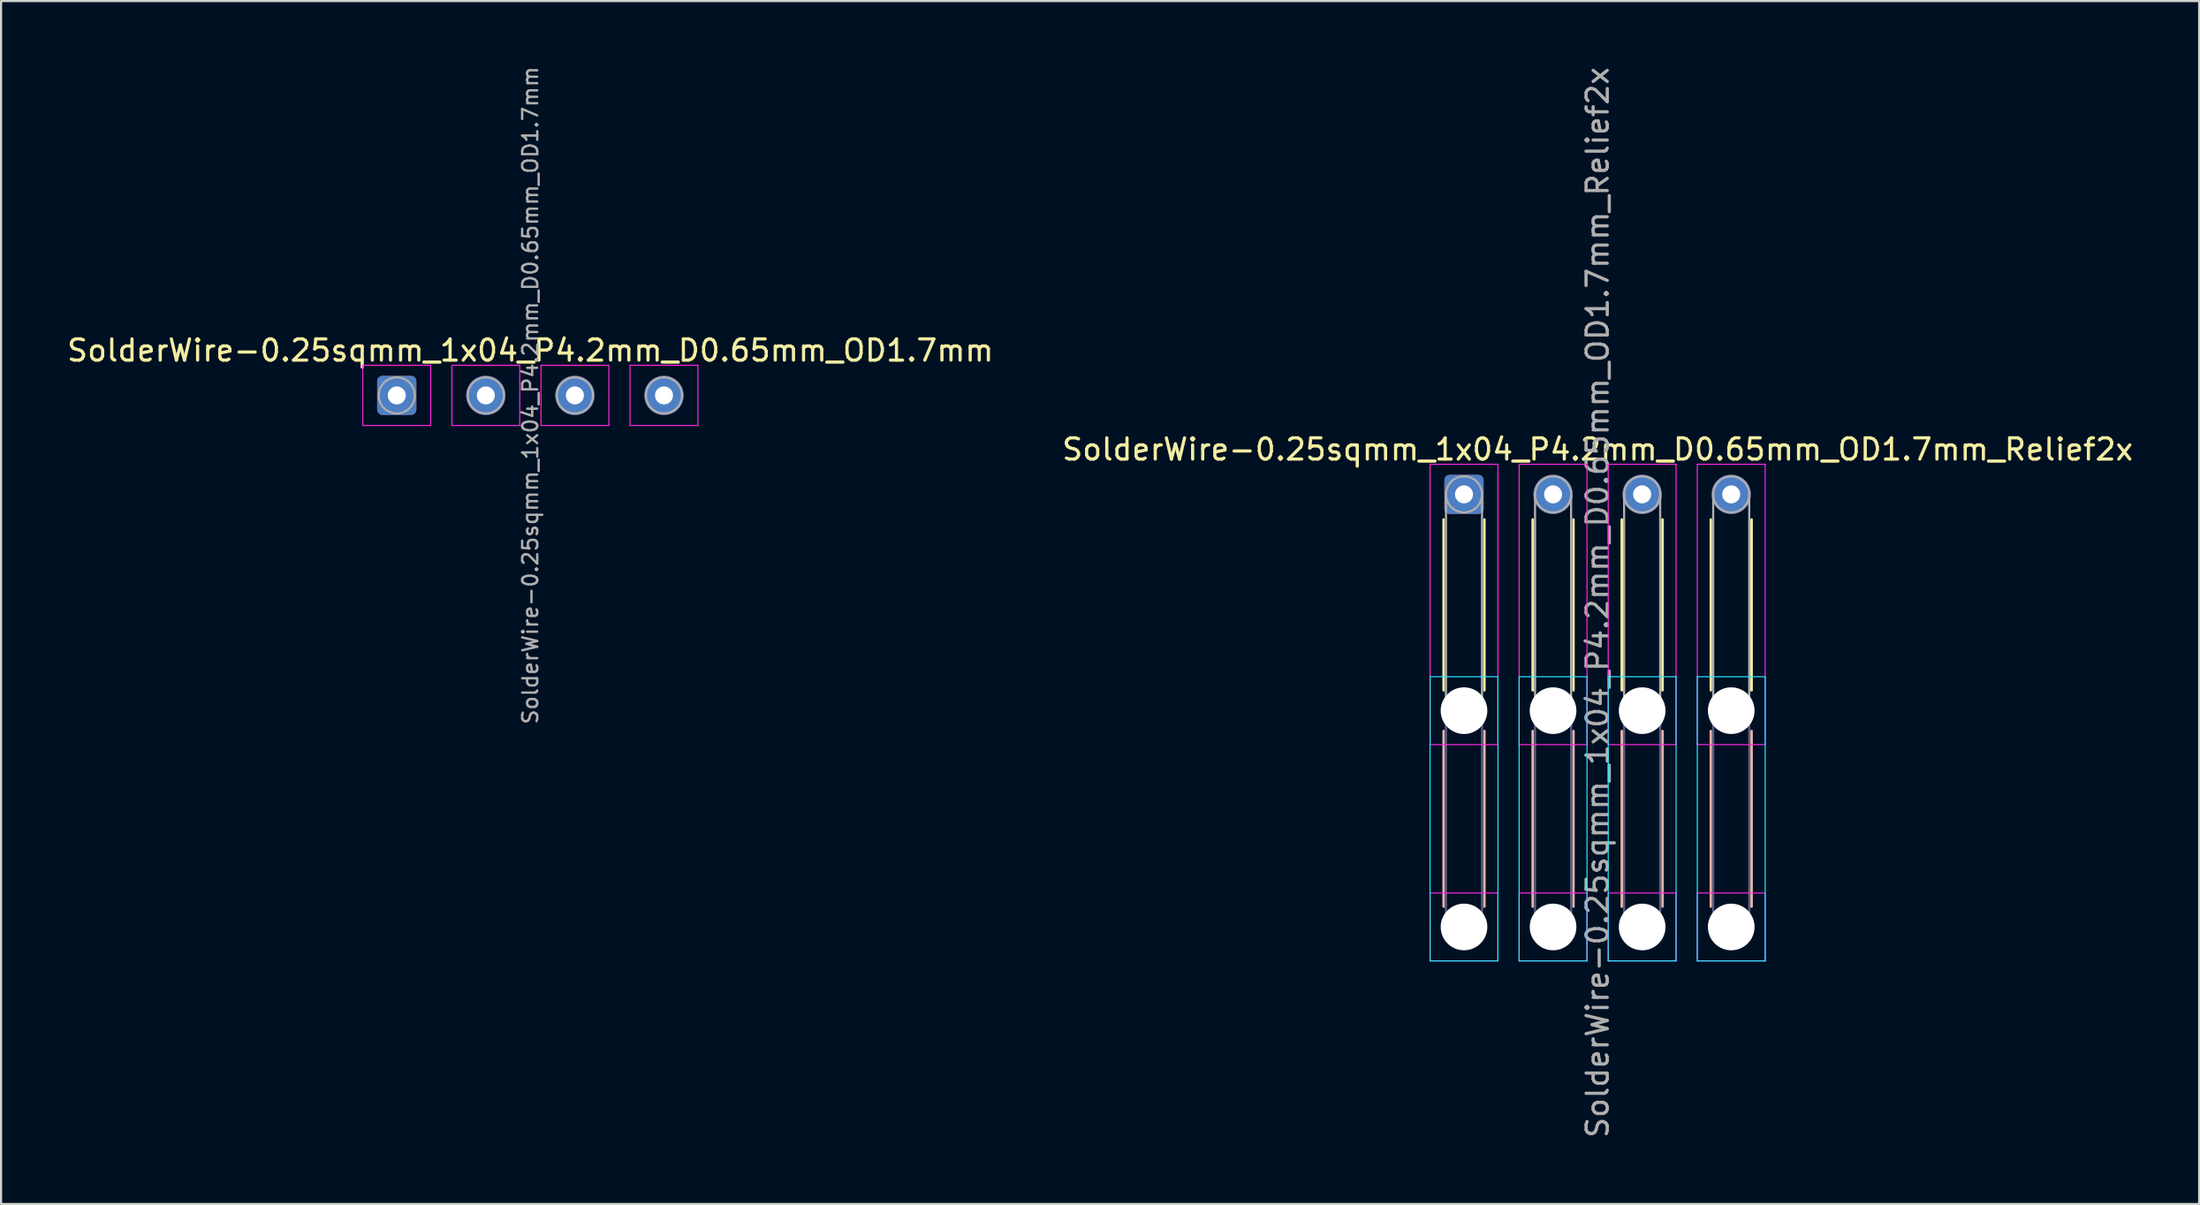
<source format=kicad_pcb>
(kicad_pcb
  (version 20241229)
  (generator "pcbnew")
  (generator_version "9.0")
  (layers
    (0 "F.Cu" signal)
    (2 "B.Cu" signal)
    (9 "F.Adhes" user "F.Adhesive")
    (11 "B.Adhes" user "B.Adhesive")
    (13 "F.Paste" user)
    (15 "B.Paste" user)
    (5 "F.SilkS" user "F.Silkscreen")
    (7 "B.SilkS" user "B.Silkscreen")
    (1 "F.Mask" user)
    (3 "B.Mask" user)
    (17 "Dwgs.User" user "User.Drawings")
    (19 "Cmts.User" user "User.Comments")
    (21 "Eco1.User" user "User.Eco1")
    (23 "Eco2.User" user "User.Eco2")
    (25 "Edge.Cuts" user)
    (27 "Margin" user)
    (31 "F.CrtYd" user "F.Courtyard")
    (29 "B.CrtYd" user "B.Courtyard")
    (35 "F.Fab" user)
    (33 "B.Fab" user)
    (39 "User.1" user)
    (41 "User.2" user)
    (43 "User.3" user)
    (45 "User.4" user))
  (footprint "SolderWire-0.25sqmm_1x04_P4.2mm_D0.65mm_OD1.7mm_Relief2x"
    (layer "F.Cu")
    (at 65.98 20.263)
    (property "Reference" "SolderWire-0.25sqmm_1x04_P4.2mm_D0.65mm_OD1.7mm_Relief2x" (at 6.3 -2.12 0) (layer "F.SilkS") (effects (font (size 1 1) (thickness 0.15))))
    (attr exclude_from_pos_files exclude_from_bom)
    (fp_line (start -0.96 1.185) (end -0.96 9.24) (stroke (width 0.12) (type solid)) (layer "F.SilkS"))
    (fp_line (start 0.96 1.185) (end 0.96 9.24) (stroke (width 0.12) (type solid)) (layer "F.SilkS"))
    (fp_line (start 3.24 1.185) (end 3.24 9.24) (stroke (width 0.12) (type solid)) (layer "F.SilkS"))
    (fp_line (start 5.16 1.185) (end 5.16 9.24) (stroke (width 0.12) (type solid)) (layer "F.SilkS"))
    (fp_line (start 7.44 1.185) (end 7.44 9.24) (stroke (width 0.12) (type solid)) (layer "F.SilkS"))
    (fp_line (start 9.36 1.185) (end 9.36 9.24) (stroke (width 0.12) (type solid)) (layer "F.SilkS"))
    (fp_line (start 11.64 1.185) (end 11.64 9.24) (stroke (width 0.12) (type solid)) (layer "F.SilkS"))
    (fp_line (start 13.56 1.185) (end 13.56 9.24) (stroke (width 0.12) (type solid)) (layer "F.SilkS"))
    (fp_line (start -0.96 11.16) (end -0.96 19.44) (stroke (width 0.12) (type solid)) (layer "B.SilkS"))
    (fp_line (start 0.96 11.16) (end 0.96 19.44) (stroke (width 0.12) (type solid)) (layer "B.SilkS"))
    (fp_line (start 3.24 11.16) (end 3.24 19.44) (stroke (width 0.12) (type solid)) (layer "B.SilkS"))
    (fp_line (start 5.16 11.16) (end 5.16 19.44) (stroke (width 0.12) (type solid)) (layer "B.SilkS"))
    (fp_line (start 7.44 11.16) (end 7.44 19.44) (stroke (width 0.12) (type solid)) (layer "B.SilkS"))
    (fp_line (start 9.36 11.16) (end 9.36 19.44) (stroke (width 0.12) (type solid)) (layer "B.SilkS"))
    (fp_line (start 11.64 11.16) (end 11.64 19.44) (stroke (width 0.12) (type solid)) (layer "B.SilkS"))
    (fp_line (start 13.56 11.16) (end 13.56 19.44) (stroke (width 0.12) (type solid)) (layer "B.SilkS"))
    (fp_line (start -1.6 8.6) (end -1.6 22) (stroke (width 0.05) (type solid)) (layer "B.CrtYd"))
    (fp_line (start -1.6 22) (end 1.6 22) (stroke (width 0.05) (type solid)) (layer "B.CrtYd"))
    (fp_line (start 1.6 8.6) (end -1.6 8.6) (stroke (width 0.05) (type solid)) (layer "B.CrtYd"))
    (fp_line (start 1.6 22) (end 1.6 8.6) (stroke (width 0.05) (type solid)) (layer "B.CrtYd"))
    (fp_line (start 2.6 8.6) (end 2.6 22) (stroke (width 0.05) (type solid)) (layer "B.CrtYd"))
    (fp_line (start 2.6 22) (end 5.8 22) (stroke (width 0.05) (type solid)) (layer "B.CrtYd"))
    (fp_line (start 5.8 8.6) (end 2.6 8.6) (stroke (width 0.05) (type solid)) (layer "B.CrtYd"))
    (fp_line (start 5.8 22) (end 5.8 8.6) (stroke (width 0.05) (type solid)) (layer "B.CrtYd"))
    (fp_line (start 6.8 8.6) (end 6.8 22) (stroke (width 0.05) (type solid)) (layer "B.CrtYd"))
    (fp_line (start 6.8 22) (end 10 22) (stroke (width 0.05) (type solid)) (layer "B.CrtYd"))
    (fp_line (start 10 8.6) (end 6.8 8.6) (stroke (width 0.05) (type solid)) (layer "B.CrtYd"))
    (fp_line (start 10 22) (end 10 8.6) (stroke (width 0.05) (type solid)) (layer "B.CrtYd"))
    (fp_line (start 11 8.6) (end 11 22) (stroke (width 0.05) (type solid)) (layer "B.CrtYd"))
    (fp_line (start 11 22) (end 14.2 22) (stroke (width 0.05) (type solid)) (layer "B.CrtYd"))
    (fp_line (start 14.2 8.6) (end 11 8.6) (stroke (width 0.05) (type solid)) (layer "B.CrtYd"))
    (fp_line (start 14.2 22) (end 14.2 8.6) (stroke (width 0.05) (type solid)) (layer "B.CrtYd"))
    (fp_line (start -1.6 -1.42) (end -1.6 11.8) (stroke (width 0.05) (type solid)) (layer "F.CrtYd"))
    (fp_line (start -1.6 11.8) (end 1.6 11.8) (stroke (width 0.05) (type solid)) (layer "F.CrtYd"))
    (fp_line (start -1.6 18.8) (end -1.6 22) (stroke (width 0.05) (type solid)) (layer "F.CrtYd"))
    (fp_line (start -1.6 22) (end 1.6 22) (stroke (width 0.05) (type solid)) (layer "F.CrtYd"))
    (fp_line (start 1.6 -1.42) (end -1.6 -1.42) (stroke (width 0.05) (type solid)) (layer "F.CrtYd"))
    (fp_line (start 1.6 11.8) (end 1.6 -1.42) (stroke (width 0.05) (type solid)) (layer "F.CrtYd"))
    (fp_line (start 1.6 18.8) (end -1.6 18.8) (stroke (width 0.05) (type solid)) (layer "F.CrtYd"))
    (fp_line (start 1.6 22) (end 1.6 18.8) (stroke (width 0.05) (type solid)) (layer "F.CrtYd"))
    (fp_line (start 2.6 -1.42) (end 2.6 11.8) (stroke (width 0.05) (type solid)) (layer "F.CrtYd"))
    (fp_line (start 2.6 11.8) (end 5.8 11.8) (stroke (width 0.05) (type solid)) (layer "F.CrtYd"))
    (fp_line (start 2.6 18.8) (end 2.6 22) (stroke (width 0.05) (type solid)) (layer "F.CrtYd"))
    (fp_line (start 2.6 22) (end 5.8 22) (stroke (width 0.05) (type solid)) (layer "F.CrtYd"))
    (fp_line (start 5.8 -1.42) (end 2.6 -1.42) (stroke (width 0.05) (type solid)) (layer "F.CrtYd"))
    (fp_line (start 5.8 11.8) (end 5.8 -1.42) (stroke (width 0.05) (type solid)) (layer "F.CrtYd"))
    (fp_line (start 5.8 18.8) (end 2.6 18.8) (stroke (width 0.05) (type solid)) (layer "F.CrtYd"))
    (fp_line (start 5.8 22) (end 5.8 18.8) (stroke (width 0.05) (type solid)) (layer "F.CrtYd"))
    (fp_line (start 6.8 -1.42) (end 6.8 11.8) (stroke (width 0.05) (type solid)) (layer "F.CrtYd"))
    (fp_line (start 6.8 11.8) (end 10 11.8) (stroke (width 0.05) (type solid)) (layer "F.CrtYd"))
    (fp_line (start 6.8 18.8) (end 6.8 22) (stroke (width 0.05) (type solid)) (layer "F.CrtYd"))
    (fp_line (start 6.8 22) (end 10 22) (stroke (width 0.05) (type solid)) (layer "F.CrtYd"))
    (fp_line (start 10 -1.42) (end 6.8 -1.42) (stroke (width 0.05) (type solid)) (layer "F.CrtYd"))
    (fp_line (start 10 11.8) (end 10 -1.42) (stroke (width 0.05) (type solid)) (layer "F.CrtYd"))
    (fp_line (start 10 18.8) (end 6.8 18.8) (stroke (width 0.05) (type solid)) (layer "F.CrtYd"))
    (fp_line (start 10 22) (end 10 18.8) (stroke (width 0.05) (type solid)) (layer "F.CrtYd"))
    (fp_line (start 11 -1.42) (end 11 11.8) (stroke (width 0.05) (type solid)) (layer "F.CrtYd"))
    (fp_line (start 11 11.8) (end 14.2 11.8) (stroke (width 0.05) (type solid)) (layer "F.CrtYd"))
    (fp_line (start 11 18.8) (end 11 22) (stroke (width 0.05) (type solid)) (layer "F.CrtYd"))
    (fp_line (start 11 22) (end 14.2 22) (stroke (width 0.05) (type solid)) (layer "F.CrtYd"))
    (fp_line (start 14.2 -1.42) (end 11 -1.42) (stroke (width 0.05) (type solid)) (layer "F.CrtYd"))
    (fp_line (start 14.2 11.8) (end 14.2 -1.42) (stroke (width 0.05) (type solid)) (layer "F.CrtYd"))
    (fp_line (start 14.2 18.8) (end 11 18.8) (stroke (width 0.05) (type solid)) (layer "F.CrtYd"))
    (fp_line (start 14.2 22) (end 14.2 18.8) (stroke (width 0.05) (type solid)) (layer "F.CrtYd"))
    (fp_line (start -0.85 10.2) (end -0.85 20.4) (stroke (width 0.1) (type solid)) (layer "B.Fab"))
    (fp_line (start 0.85 10.2) (end 0.85 20.4) (stroke (width 0.1) (type solid)) (layer "B.Fab"))
    (fp_line (start 3.35 10.2) (end 3.35 20.4) (stroke (width 0.1) (type solid)) (layer "B.Fab"))
    (fp_line (start 5.05 10.2) (end 5.05 20.4) (stroke (width 0.1) (type solid)) (layer "B.Fab"))
    (fp_line (start 7.55 10.2) (end 7.55 20.4) (stroke (width 0.1) (type solid)) (layer "B.Fab"))
    (fp_line (start 9.25 10.2) (end 9.25 20.4) (stroke (width 0.1) (type solid)) (layer "B.Fab"))
    (fp_line (start 11.75 10.2) (end 11.75 20.4) (stroke (width 0.1) (type solid)) (layer "B.Fab"))
    (fp_line (start 13.45 10.2) (end 13.45 20.4) (stroke (width 0.1) (type solid)) (layer "B.Fab"))
    (fp_circle (center 0 10.2) (end 0.85 10.2) (stroke (width 0.1) (type solid)) (fill no) (layer "B.Fab"))
    (fp_circle (center 0 20.4) (end 0.85 20.4) (stroke (width 0.1) (type solid)) (fill no) (layer "B.Fab"))
    (fp_circle (center 4.2 10.2) (end 5.05 10.2) (stroke (width 0.1) (type solid)) (fill no) (layer "B.Fab"))
    (fp_circle (center 4.2 20.4) (end 5.05 20.4) (stroke (width 0.1) (type solid)) (fill no) (layer "B.Fab"))
    (fp_circle (center 8.4 10.2) (end 9.25 10.2) (stroke (width 0.1) (type solid)) (fill no) (layer "B.Fab"))
    (fp_circle (center 8.4 20.4) (end 9.25 20.4) (stroke (width 0.1) (type solid)) (fill no) (layer "B.Fab"))
    (fp_circle (center 12.6 10.2) (end 13.45 10.2) (stroke (width 0.1) (type solid)) (fill no) (layer "B.Fab"))
    (fp_circle (center 12.6 20.4) (end 13.45 20.4) (stroke (width 0.1) (type solid)) (fill no) (layer "B.Fab"))
    (fp_line (start -0.85 0) (end -0.85 10.2) (stroke (width 0.1) (type solid)) (layer "F.Fab"))
    (fp_line (start 0.85 0) (end 0.85 10.2) (stroke (width 0.1) (type solid)) (layer "F.Fab"))
    (fp_line (start 3.35 0) (end 3.35 10.2) (stroke (width 0.1) (type solid)) (layer "F.Fab"))
    (fp_line (start 5.05 0) (end 5.05 10.2) (stroke (width 0.1) (type solid)) (layer "F.Fab"))
    (fp_line (start 7.55 0) (end 7.55 10.2) (stroke (width 0.1) (type solid)) (layer "F.Fab"))
    (fp_line (start 9.25 0) (end 9.25 10.2) (stroke (width 0.1) (type solid)) (layer "F.Fab"))
    (fp_line (start 11.75 0) (end 11.75 10.2) (stroke (width 0.1) (type solid)) (layer "F.Fab"))
    (fp_line (start 13.45 0) (end 13.45 10.2) (stroke (width 0.1) (type solid)) (layer "F.Fab"))
    (fp_circle (center 0 0) (end 0.85 0) (stroke (width 0.1) (type solid)) (fill no) (layer "F.Fab"))
    (fp_circle (center 0 10.2) (end 0.85 10.2) (stroke (width 0.1) (type solid)) (fill no) (layer "F.Fab"))
    (fp_circle (center 0 20.4) (end 0.85 20.4) (stroke (width 0.1) (type solid)) (fill no) (layer "F.Fab"))
    (fp_circle (center 4.2 0) (end 5.05 0) (stroke (width 0.1) (type solid)) (fill no) (layer "F.Fab"))
    (fp_circle (center 4.2 10.2) (end 5.05 10.2) (stroke (width 0.1) (type solid)) (fill no) (layer "F.Fab"))
    (fp_circle (center 4.2 20.4) (end 5.05 20.4) (stroke (width 0.1) (type solid)) (fill no) (layer "F.Fab"))
    (fp_circle (center 8.4 0) (end 9.25 0) (stroke (width 0.1) (type solid)) (fill no) (layer "F.Fab"))
    (fp_circle (center 8.4 10.2) (end 9.25 10.2) (stroke (width 0.1) (type solid)) (fill no) (layer "F.Fab"))
    (fp_circle (center 8.4 20.4) (end 9.25 20.4) (stroke (width 0.1) (type solid)) (fill no) (layer "F.Fab"))
    (fp_circle (center 12.6 0) (end 13.45 0) (stroke (width 0.1) (type solid)) (fill no) (layer "F.Fab"))
    (fp_circle (center 12.6 10.2) (end 13.45 10.2) (stroke (width 0.1) (type solid)) (fill no) (layer "F.Fab"))
    (fp_circle (center 12.6 20.4) (end 13.45 20.4) (stroke (width 0.1) (type solid)) (fill no) (layer "F.Fab"))
    (fp_text user "${REFERENCE}" (at 6.3 5.1 90) (layer "F.Fab") (effects (font (size 1 1) (thickness 0.15))))
    (pad "" np_thru_hole circle (at 0 10.2) (size 2.2 2.2) (drill 2.2) (layers "*.Cu" "*.Mask"))
    (pad "" np_thru_hole circle (at 0 20.4) (size 2.2 2.2) (drill 2.2) (layers "*.Cu" "*.Mask"))
    (pad "" np_thru_hole circle (at 4.2 10.2) (size 2.2 2.2) (drill 2.2) (layers "*.Cu" "*.Mask"))
    (pad "" np_thru_hole circle (at 4.2 20.4) (size 2.2 2.2) (drill 2.2) (layers "*.Cu" "*.Mask"))
    (pad "" np_thru_hole circle (at 8.4 10.2) (size 2.2 2.2) (drill 2.2) (layers "*.Cu" "*.Mask"))
    (pad "" np_thru_hole circle (at 8.4 20.4) (size 2.2 2.2) (drill 2.2) (layers "*.Cu" "*.Mask"))
    (pad "" np_thru_hole circle (at 12.6 10.2) (size 2.2 2.2) (drill 2.2) (layers "*.Cu" "*.Mask"))
    (pad "" np_thru_hole circle (at 12.6 20.4) (size 2.2 2.2) (drill 2.2) (layers "*.Cu" "*.Mask"))
    (pad "1" thru_hole roundrect (at 0 0) (size 1.85 1.85) (drill 0.85) (layers "*.Cu" "*.Mask") (roundrect_rratio 0.135))
    (pad "2" thru_hole circle (at 4.2 0) (size 1.85 1.85) (drill 0.85) (layers "*.Cu" "*.Mask"))
    (pad "3" thru_hole circle (at 8.4 0) (size 1.85 1.85) (drill 0.85) (layers "*.Cu" "*.Mask"))
    (pad "4" thru_hole circle (at 12.6 0) (size 1.85 1.85) (drill 0.85) (layers "*.Cu" "*.Mask")))
  (footprint "SolderWire-0.25sqmm_1x04_P4.2mm_D0.65mm_OD1.7mm"
    (layer "F.Cu")
    (at 15.658 15.596)
    (property "Reference" "SolderWire-0.25sqmm_1x04_P4.2mm_D0.65mm_OD1.7mm" (at 6.3 -2.12 0) (layer "F.SilkS") (effects (font (size 1 1) (thickness 0.15))))
    (attr exclude_from_pos_files exclude_from_bom)
    (fp_line (start -1.6 -1.42) (end -1.6 1.42) (stroke (width 0.05) (type solid)) (layer "F.CrtYd"))
    (fp_line (start -1.6 1.42) (end 1.6 1.42) (stroke (width 0.05) (type solid)) (layer "F.CrtYd"))
    (fp_line (start 1.6 -1.42) (end -1.6 -1.42) (stroke (width 0.05) (type solid)) (layer "F.CrtYd"))
    (fp_line (start 1.6 1.42) (end 1.6 -1.42) (stroke (width 0.05) (type solid)) (layer "F.CrtYd"))
    (fp_line (start 2.6 -1.42) (end 2.6 1.42) (stroke (width 0.05) (type solid)) (layer "F.CrtYd"))
    (fp_line (start 2.6 1.42) (end 5.8 1.42) (stroke (width 0.05) (type solid)) (layer "F.CrtYd"))
    (fp_line (start 5.8 -1.42) (end 2.6 -1.42) (stroke (width 0.05) (type solid)) (layer "F.CrtYd"))
    (fp_line (start 5.8 1.42) (end 5.8 -1.42) (stroke (width 0.05) (type solid)) (layer "F.CrtYd"))
    (fp_line (start 6.8 -1.42) (end 6.8 1.42) (stroke (width 0.05) (type solid)) (layer "F.CrtYd"))
    (fp_line (start 6.8 1.42) (end 10 1.42) (stroke (width 0.05) (type solid)) (layer "F.CrtYd"))
    (fp_line (start 10 -1.42) (end 6.8 -1.42) (stroke (width 0.05) (type solid)) (layer "F.CrtYd"))
    (fp_line (start 10 1.42) (end 10 -1.42) (stroke (width 0.05) (type solid)) (layer "F.CrtYd"))
    (fp_line (start 11 -1.42) (end 11 1.42) (stroke (width 0.05) (type solid)) (layer "F.CrtYd"))
    (fp_line (start 11 1.42) (end 14.2 1.42) (stroke (width 0.05) (type solid)) (layer "F.CrtYd"))
    (fp_line (start 14.2 -1.42) (end 11 -1.42) (stroke (width 0.05) (type solid)) (layer "F.CrtYd"))
    (fp_line (start 14.2 1.42) (end 14.2 -1.42) (stroke (width 0.05) (type solid)) (layer "F.CrtYd"))
    (fp_circle (center 0 0) (end 0.85 0) (stroke (width 0.1) (type solid)) (fill no) (layer "F.Fab"))
    (fp_circle (center 4.2 0) (end 5.05 0) (stroke (width 0.1) (type solid)) (fill no) (layer "F.Fab"))
    (fp_circle (center 8.4 0) (end 9.25 0) (stroke (width 0.1) (type solid)) (fill no) (layer "F.Fab"))
    (fp_circle (center 12.6 0) (end 13.45 0) (stroke (width 0.1) (type solid)) (fill no) (layer "F.Fab"))
    (fp_text user "${REFERENCE}" (at 6.3 0 90) (layer "F.Fab") (effects (font (size 0.71 0.71) (thickness 0.11))))
    (pad "1" thru_hole roundrect (at 0 0) (size 1.85 1.85) (drill 0.85) (layers "*.Cu" "*.Mask") (roundrect_rratio 0.135))
    (pad "2" thru_hole circle (at 4.2 0) (size 1.85 1.85) (drill 0.85) (layers "*.Cu" "*.Mask"))
    (pad "3" thru_hole circle (at 8.4 0) (size 1.85 1.85) (drill 0.85) (layers "*.Cu" "*.Mask"))
    (pad "4" thru_hole circle (at 12.6 0) (size 1.85 1.85) (drill 0.85) (layers "*.Cu" "*.Mask")))
  (gr_rect
    (start -3 -3)
    (end 100.643 53.726)
    (stroke (width 0.1) (type default))
    (fill no)
    (layer "Edge.Cuts")))
</source>
